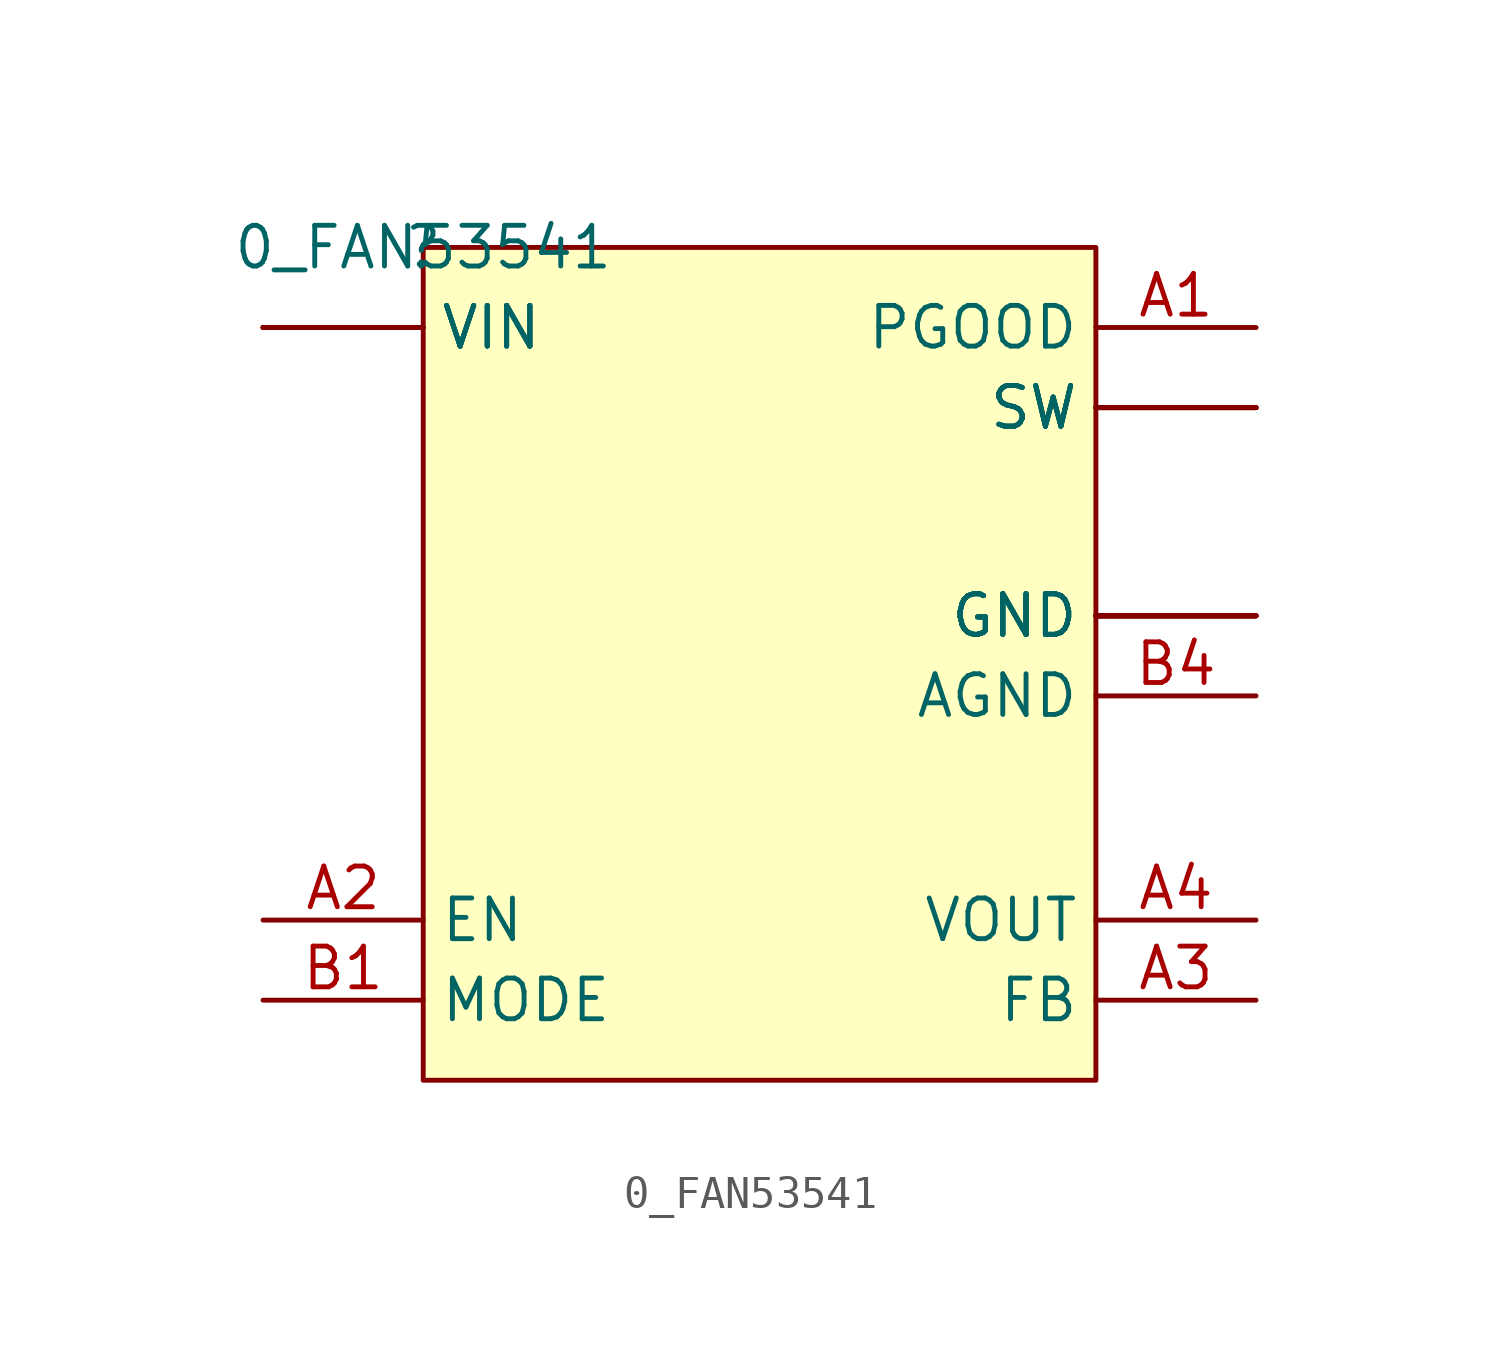
<source format=kicad_sym>
(kicad_symbol_lib
  (version 20210619)
  (generator kicad_symbol_editor)
  (symbol "e-verest-altium-import:0_FAN53541"
    (property "Reference" ""
      (at 0 0 0)
      (effects (font (size 1.27 1.27))))
    (property "Value" "0_FAN53541"
      (at 0 0 0)
      (effects (font (size 1.27 1.27))))
    (symbol "0_FAN53541_1_0"
      (rectangle (start 21 0) (end 0 -26) (stroke (width 0)) (fill (type background)))
      (pin passive line (at 26 -5 180) (length 5) (name "SW" (effects (font (size 1.27 1.27)))) (number "D3" (effects (font (size 0 0)))))
      (pin passive line (at 26 -2.5 180) (length 5) (name "PGOOD" (effects (font (size 1.27 1.27)))) (number "A1" (effects (font (size 1.27 1.27)))))
      (pin passive line (at -5 -21 0) (length 5) (name "EN" (effects (font (size 1.27 1.27)))) (number "A2" (effects (font (size 1.27 1.27)))))
      (pin passive line (at 26 -23.5 180) (length 5) (name "FB" (effects (font (size 1.27 1.27)))) (number "A3" (effects (font (size 1.27 1.27)))))
      (pin power_in line (at 26 -21 180) (length 5) (name "VOUT" (effects (font (size 1.27 1.27)))) (number "A4" (effects (font (size 1.27 1.27)))))
      (pin passive line (at -5 -23.5 0) (length 5) (name "MODE" (effects (font (size 1.27 1.27)))) (number "B1" (effects (font (size 1.27 1.27)))))
      (pin power_in line (at 26 -11.5 180) (length 5) (name "GND" (effects (font (size 1.27 1.27)))) (number "B2" (effects (font (size 0 0)))))
      (pin power_in line (at 26 -11.5 180) (length 5) (name "GND" (effects (font (size 1.27 1.27)))) (number "B3" (effects (font (size 0 0)))))
      (pin power_in line (at 26 -14 180) (length 5) (name "AGND" (effects (font (size 1.27 1.27)))) (number "B4" (effects (font (size 1.27 1.27)))))
      (pin power_in line (at 26 -11.5 180) (length 5) (name "GND" (effects (font (size 1.27 1.27)))) (number "C1" (effects (font (size 0 0)))))
      (pin power_in line (at 26 -11.5 180) (length 5) (name "GND" (effects (font (size 1.27 1.27)))) (number "C2" (effects (font (size 0 0)))))
      (pin power_in line (at 26 -11.5 180) (length 5) (name "GND" (effects (font (size 1.27 1.27)))) (number "C3" (effects (font (size 0 0)))))
      (pin power_in line (at 26 -11.5 180) (length 5) (name "GND" (effects (font (size 1.27 1.27)))) (number "C4" (effects (font (size 0 0)))))
      (pin power_in line (at -5 -2.5 0) (length 5) (name "VIN" (effects (font (size 1.27 1.27)))) (number "D1" (effects (font (size 0 0)))))
      (pin power_in line (at -5 -2.5 0) (length 5) (name "VIN" (effects (font (size 1.27 1.27)))) (number "D2" (effects (font (size 0 0)))))
      (pin passive line (at 26 -5 180) (length 5) (name "SW" (effects (font (size 1.27 1.27)))) (number "D4" (effects (font (size 0 0)))))
      (pin power_in line (at -5 -2.5 0) (length 5) (name "VIN" (effects (font (size 1.27 1.27)))) (number "E1" (effects (font (size 0 0)))))
      (pin power_in line (at -5 -2.5 0) (length 5) (name "VIN" (effects (font (size 1.27 1.27)))) (number "E2" (effects (font (size 0 0)))))
      (pin passive line (at 26 -5 180) (length 5) (name "SW" (effects (font (size 1.27 1.27)))) (number "E3" (effects (font (size 0 0)))))
      (pin passive line (at 26 -5 180) (length 5) (name "SW" (effects (font (size 1.27 1.27)))) (number "E4" (effects (font (size 0 0))))))))
</source>
